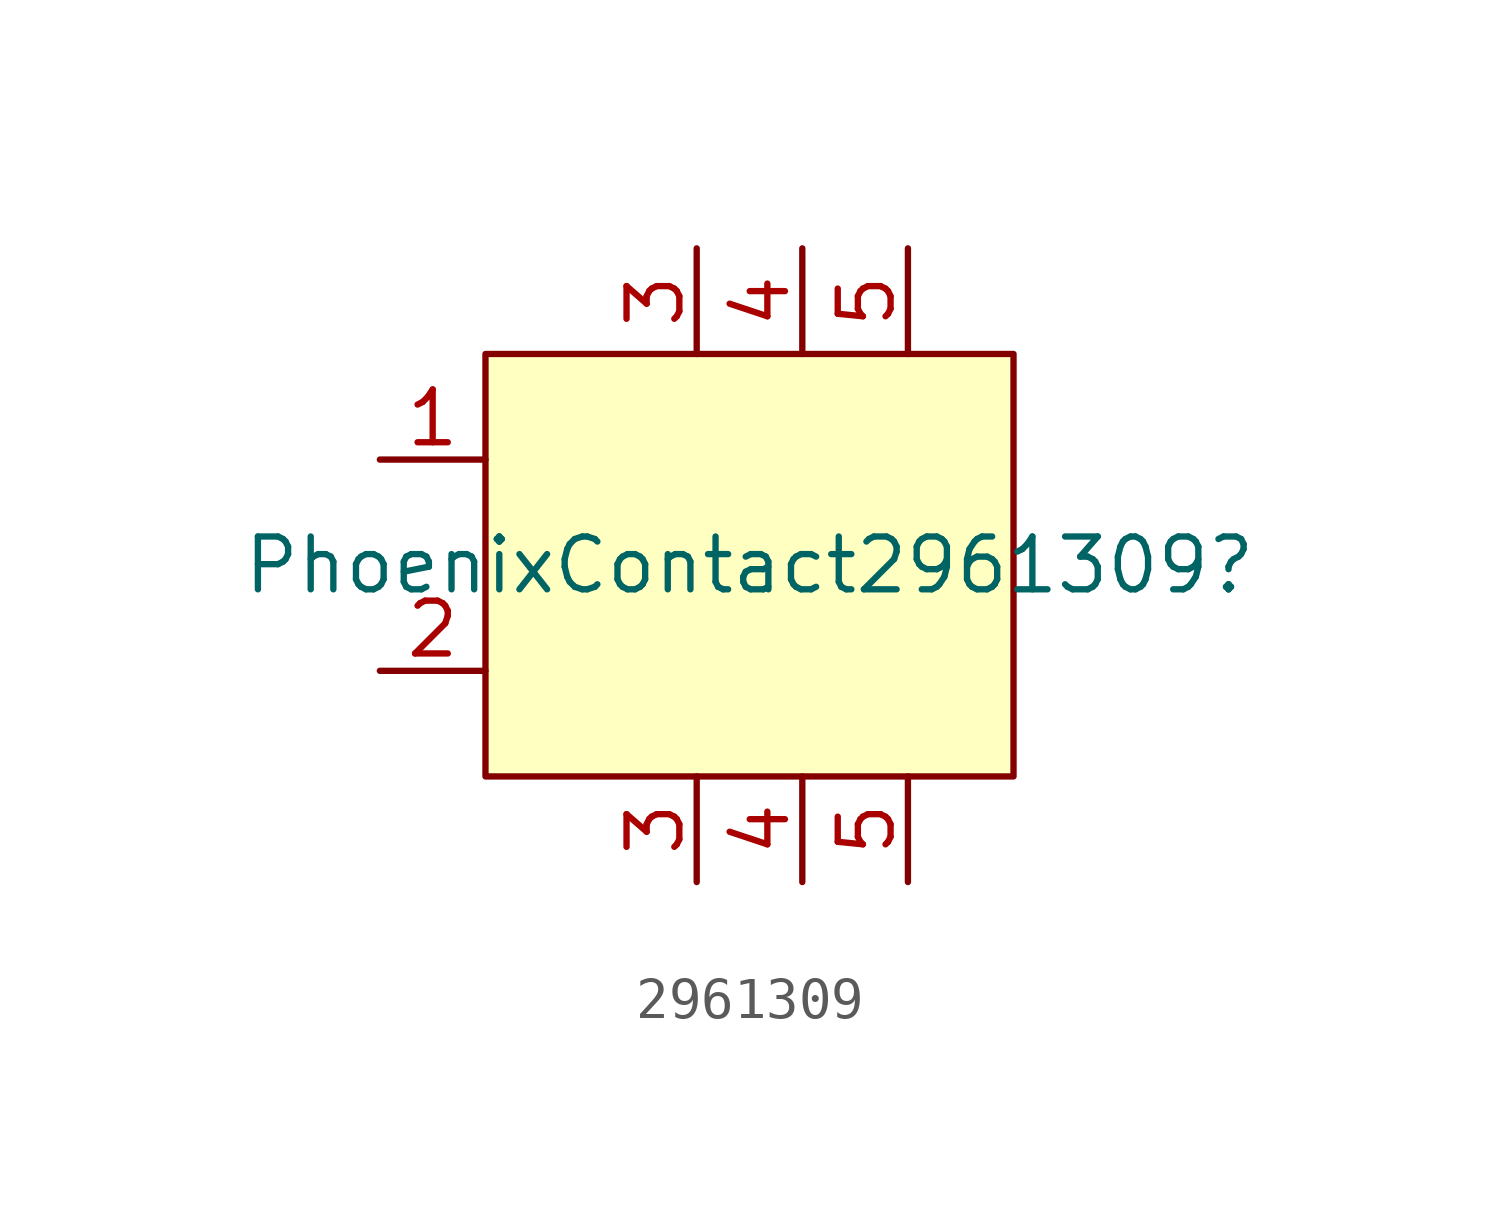
<source format=kicad_sym>
(kicad_symbol_lib
  (version 20220914)
  (generator kicad_symbol_editor)
  (symbol "2961309"
    (property "Reference" "PhoenixContact2961309"
      (at 0 0 0)
      (effects (font (size 1.27 1.27))))
    (property "Value" ""
      (at 0 0 0)
      (effects (font (size 1.27 1.27))))
    (symbol "2961309_1_1"
      (rectangle (start -6.35 5.08) (end 6.35 -5.08) (stroke (width 0) (type default)) (fill (type background)))
      (pin passive line (at -8.89 2.54 0) (length 2.54) (name "" (effects (font (size 1.27 1.27)))) (number "1" (effects (font (size 1.27 1.27)))))
      (pin passive line (at -8.89 -2.54 0) (length 2.54) (name "" (effects (font (size 1.27 1.27)))) (number "2" (effects (font (size 1.27 1.27)))))
      (pin passive line (at -1.27 -7.62 90) (length 2.54) (name "" (effects (font (size 1.27 1.27)))) (number "3" (effects (font (size 1.27 1.27)))))
      (pin passive line (at -1.27 7.62 270) (length 2.54) (name "" (effects (font (size 1.27 1.27)))) (number "3" (effects (font (size 1.27 1.27)))))
      (pin passive line (at 1.27 -7.62 90) (length 2.54) (name "" (effects (font (size 1.27 1.27)))) (number "4" (effects (font (size 1.27 1.27)))))
      (pin passive line (at 1.27 7.62 270) (length 2.54) (name "" (effects (font (size 1.27 1.27)))) (number "4" (effects (font (size 1.27 1.27)))))
      (pin passive line (at 3.81 -7.62 90) (length 2.54) (name "" (effects (font (size 1.27 1.27)))) (number "5" (effects (font (size 1.27 1.27)))))
      (pin passive line (at 3.81 7.62 270) (length 2.54) (name "" (effects (font (size 1.27 1.27)))) (number "5" (effects (font (size 1.27 1.27))))))))
</source>
